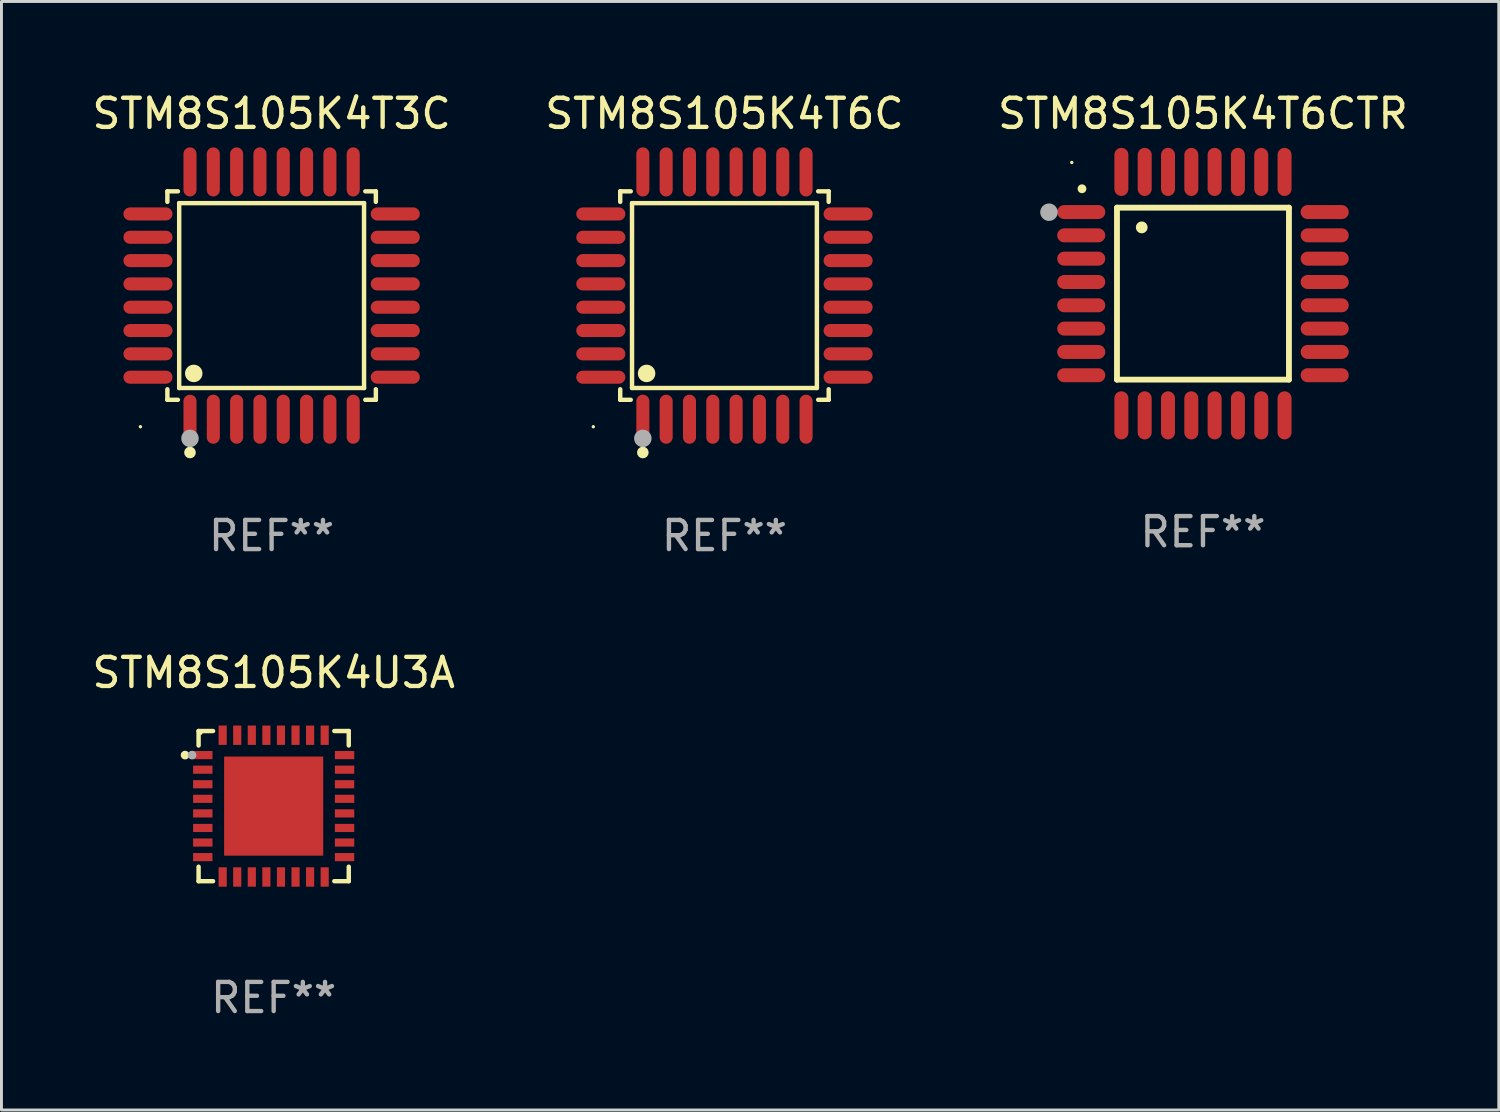
<source format=kicad_pcb>
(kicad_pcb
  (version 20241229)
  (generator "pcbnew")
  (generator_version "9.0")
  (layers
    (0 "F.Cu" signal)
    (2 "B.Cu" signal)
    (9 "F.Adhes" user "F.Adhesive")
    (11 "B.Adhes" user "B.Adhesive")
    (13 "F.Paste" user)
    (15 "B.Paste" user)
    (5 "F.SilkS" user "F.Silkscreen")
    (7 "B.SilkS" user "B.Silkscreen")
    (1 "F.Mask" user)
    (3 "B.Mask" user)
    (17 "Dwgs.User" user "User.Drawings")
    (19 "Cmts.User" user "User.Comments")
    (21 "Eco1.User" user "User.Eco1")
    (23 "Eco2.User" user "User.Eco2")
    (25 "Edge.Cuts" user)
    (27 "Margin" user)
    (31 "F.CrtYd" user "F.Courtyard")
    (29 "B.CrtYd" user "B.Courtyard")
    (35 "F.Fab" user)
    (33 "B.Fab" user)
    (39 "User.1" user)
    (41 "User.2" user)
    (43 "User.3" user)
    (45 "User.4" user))
  (footprint "STM8S105K4T6C"
    (layer "F.Cu")
    (at 21.804 7.09)
    (property "Reference" "STM8S105K4T6C" (at 0 -6.242 0) (layer "F.SilkS") (effects (font (size 1 1) (thickness 0.15))))
    (attr through_hole)
    (fp_line (start -3.576 -3.576) (end -3.215 -3.576) (stroke (width 0.152) (type solid)) (layer "F.SilkS"))
    (fp_line (start -3.576 -3.215) (end -3.576 -3.576) (stroke (width 0.152) (type solid)) (layer "F.SilkS"))
    (fp_line (start -3.576 3.215) (end -3.576 3.576) (stroke (width 0.152) (type solid)) (layer "F.SilkS"))
    (fp_line (start -3.576 3.576) (end -3.215 3.576) (stroke (width 0.152) (type solid)) (layer "F.SilkS"))
    (fp_line (start -3.171 -3.171) (end 3.171 -3.171) (stroke (width 0.152) (type solid)) (layer "F.SilkS"))
    (fp_line (start -3.171 3.171) (end -3.171 -3.171) (stroke (width 0.152) (type solid)) (layer "F.SilkS"))
    (fp_line (start 3.171 -3.171) (end 3.171 3.171) (stroke (width 0.152) (type solid)) (layer "F.SilkS"))
    (fp_line (start 3.171 3.171) (end -3.171 3.171) (stroke (width 0.152) (type solid)) (layer "F.SilkS"))
    (fp_line (start 3.576 -3.576) (end 3.215 -3.576) (stroke (width 0.152) (type solid)) (layer "F.SilkS"))
    (fp_line (start 3.576 -3.215) (end 3.576 -3.576) (stroke (width 0.152) (type solid)) (layer "F.SilkS"))
    (fp_line (start 3.576 3.215) (end 3.576 3.576) (stroke (width 0.152) (type solid)) (layer "F.SilkS"))
    (fp_line (start 3.576 3.576) (end 3.215 3.576) (stroke (width 0.152) (type solid)) (layer "F.SilkS"))
    (fp_circle (center -4.5 4.5) (end -4.47 4.5) (stroke (width 0.06) (type solid)) (fill no) (layer "F.SilkS"))
    (fp_circle (center -2.8 5.384) (end -2.7 5.384) (stroke (width 0.2) (type solid)) (fill no) (layer "F.SilkS"))
    (fp_circle (center -2.671 2.671) (end -2.521 2.671) (stroke (width 0.3) (type solid)) (fill no) (layer "F.SilkS"))
    (fp_circle (center -2.8 4.9) (end -2.65 4.9) (stroke (width 0.3) (type solid)) (fill no) (layer "F.Fab"))
    (fp_text user "REF**" (at 0 8.242 0) (layer "F.Fab") (effects (font (size 1 1) (thickness 0.15))))
    (pad "1" smd oval (at -2.8 4.242) (size 0.448 1.684) (layers "F.Cu" "F.Mask" "F.Paste"))
    (pad "2" smd oval (at -2 4.242) (size 0.448 1.684) (layers "F.Cu" "F.Mask" "F.Paste"))
    (pad "3" smd oval (at -1.2 4.242) (size 0.448 1.684) (layers "F.Cu" "F.Mask" "F.Paste"))
    (pad "4" smd oval (at -0.4 4.242) (size 0.448 1.684) (layers "F.Cu" "F.Mask" "F.Paste"))
    (pad "5" smd oval (at 0.4 4.242) (size 0.448 1.684) (layers "F.Cu" "F.Mask" "F.Paste"))
    (pad "6" smd oval (at 1.2 4.242) (size 0.448 1.684) (layers "F.Cu" "F.Mask" "F.Paste"))
    (pad "7" smd oval (at 2 4.242) (size 0.448 1.684) (layers "F.Cu" "F.Mask" "F.Paste"))
    (pad "8" smd oval (at 2.8 4.242) (size 0.448 1.684) (layers "F.Cu" "F.Mask" "F.Paste"))
    (pad "9" smd oval (at 4.242 2.8) (size 1.684 0.448) (layers "F.Cu" "F.Mask" "F.Paste"))
    (pad "10" smd oval (at 4.242 2) (size 1.684 0.448) (layers "F.Cu" "F.Mask" "F.Paste"))
    (pad "11" smd oval (at 4.242 1.2) (size 1.684 0.448) (layers "F.Cu" "F.Mask" "F.Paste"))
    (pad "12" smd oval (at 4.242 0.4) (size 1.684 0.448) (layers "F.Cu" "F.Mask" "F.Paste"))
    (pad "13" smd oval (at 4.242 -0.4) (size 1.684 0.448) (layers "F.Cu" "F.Mask" "F.Paste"))
    (pad "14" smd oval (at 4.242 -1.2) (size 1.684 0.448) (layers "F.Cu" "F.Mask" "F.Paste"))
    (pad "15" smd oval (at 4.242 -2) (size 1.684 0.448) (layers "F.Cu" "F.Mask" "F.Paste"))
    (pad "16" smd oval (at 4.242 -2.8) (size 1.684 0.448) (layers "F.Cu" "F.Mask" "F.Paste"))
    (pad "17" smd oval (at 2.8 -4.242) (size 0.448 1.684) (layers "F.Cu" "F.Mask" "F.Paste"))
    (pad "18" smd oval (at 2 -4.242) (size 0.448 1.684) (layers "F.Cu" "F.Mask" "F.Paste"))
    (pad "19" smd oval (at 1.2 -4.242) (size 0.448 1.684) (layers "F.Cu" "F.Mask" "F.Paste"))
    (pad "20" smd oval (at 0.4 -4.242) (size 0.448 1.684) (layers "F.Cu" "F.Mask" "F.Paste"))
    (pad "21" smd oval (at -0.4 -4.242) (size 0.448 1.684) (layers "F.Cu" "F.Mask" "F.Paste"))
    (pad "22" smd oval (at -1.2 -4.242) (size 0.448 1.684) (layers "F.Cu" "F.Mask" "F.Paste"))
    (pad "23" smd oval (at -2 -4.242) (size 0.448 1.684) (layers "F.Cu" "F.Mask" "F.Paste"))
    (pad "24" smd oval (at -2.8 -4.242) (size 0.448 1.684) (layers "F.Cu" "F.Mask" "F.Paste"))
    (pad "25" smd oval (at -4.242 -2.8) (size 1.684 0.448) (layers "F.Cu" "F.Mask" "F.Paste"))
    (pad "26" smd oval (at -4.242 -2) (size 1.684 0.448) (layers "F.Cu" "F.Mask" "F.Paste"))
    (pad "27" smd oval (at -4.242 -1.2) (size 1.684 0.448) (layers "F.Cu" "F.Mask" "F.Paste"))
    (pad "28" smd oval (at -4.242 -0.4) (size 1.684 0.448) (layers "F.Cu" "F.Mask" "F.Paste"))
    (pad "29" smd oval (at -4.242 0.4) (size 1.684 0.448) (layers "F.Cu" "F.Mask" "F.Paste"))
    (pad "30" smd oval (at -4.242 1.2) (size 1.684 0.448) (layers "F.Cu" "F.Mask" "F.Paste"))
    (pad "31" smd oval (at -4.242 2) (size 1.684 0.448) (layers "F.Cu" "F.Mask" "F.Paste"))
    (pad "32" smd oval (at -4.242 2.8) (size 1.684 0.448) (layers "F.Cu" "F.Mask" "F.Paste")))
  (footprint "STM8S105K4T6CTR"
    (layer "F.Cu")
    (at 38.22 7.024)
    (property "Reference" "STM8S105K4T6CTR" (at 0 -6.176 0) (layer "F.SilkS") (effects (font (size 1 1) (thickness 0.15))))
    (attr through_hole)
    (fp_line (start -2.95 -2.95) (end -2.95 2.95) (stroke (width 0.2) (type solid)) (layer "F.SilkS"))
    (fp_line (start -2.95 2.95) (end 2.95 2.95) (stroke (width 0.2) (type solid)) (layer "F.SilkS"))
    (fp_line (start 2.95 -2.95) (end -2.95 -2.95) (stroke (width 0.2) (type solid)) (layer "F.SilkS"))
    (fp_line (start 2.95 2.95) (end 2.95 -2.95) (stroke (width 0.2) (type solid)) (layer "F.SilkS"))
    (fp_arc (start -4.150178 -3.596622) (mid -4.150183 -3.597892) (end -4.150178 -3.599162) (stroke (width 0.3) (type solid)) (layer "F.SilkS"))
    (fp_arc (start -2.100394 -2.270739) (mid -2.10041 -2.273279) (end -2.100394 -2.275819) (stroke (width 0.4) (type solid)) (layer "F.SilkS"))
    (fp_circle (center -4.5 -4.5) (end -4.47 -4.5) (stroke (width 0.06) (type solid)) (fill no) (layer "F.SilkS"))
    (fp_circle (center -5.283 -2.794) (end -5.133 -2.794) (stroke (width 0.3) (type solid)) (fill no) (layer "F.Fab"))
    (fp_text user "REF**" (at 0 8.176 0) (layer "F.Fab") (effects (font (size 1 1) (thickness 0.15))))
    (pad "1" smd oval (at -4.176 -2.799 90) (size 0.48 1.65) (layers "F.Cu" "F.Mask" "F.Paste"))
    (pad "2" smd oval (at -4.176 -2 90) (size 0.48 1.65) (layers "F.Cu" "F.Mask" "F.Paste"))
    (pad "3" smd oval (at -4.176 -1.2 90) (size 0.48 1.65) (layers "F.Cu" "F.Mask" "F.Paste"))
    (pad "4" smd oval (at -4.176 -0.4 90) (size 0.48 1.65) (layers "F.Cu" "F.Mask" "F.Paste"))
    (pad "5" smd oval (at -4.176 0.4 90) (size 0.48 1.65) (layers "F.Cu" "F.Mask" "F.Paste"))
    (pad "6" smd oval (at -4.176 1.2 90) (size 0.48 1.65) (layers "F.Cu" "F.Mask" "F.Paste"))
    (pad "7" smd oval (at -4.176 2 90) (size 0.48 1.65) (layers "F.Cu" "F.Mask" "F.Paste"))
    (pad "8" smd oval (at -4.176 2.799 90) (size 0.48 1.65) (layers "F.Cu" "F.Mask" "F.Paste"))
    (pad "9" smd oval (at -2.799 4.176) (size 0.48 1.65) (layers "F.Cu" "F.Mask" "F.Paste"))
    (pad "10" smd oval (at -2 4.176) (size 0.48 1.65) (layers "F.Cu" "F.Mask" "F.Paste"))
    (pad "11" smd oval (at -1.2 4.176) (size 0.48 1.65) (layers "F.Cu" "F.Mask" "F.Paste"))
    (pad "12" smd oval (at -0.4 4.176) (size 0.48 1.65) (layers "F.Cu" "F.Mask" "F.Paste"))
    (pad "13" smd oval (at 0.4 4.176) (size 0.48 1.65) (layers "F.Cu" "F.Mask" "F.Paste"))
    (pad "14" smd oval (at 1.2 4.176) (size 0.48 1.65) (layers "F.Cu" "F.Mask" "F.Paste"))
    (pad "15" smd oval (at 2 4.176) (size 0.48 1.65) (layers "F.Cu" "F.Mask" "F.Paste"))
    (pad "16" smd oval (at 2.799 4.176) (size 0.48 1.65) (layers "F.Cu" "F.Mask" "F.Paste"))
    (pad "17" smd oval (at 4.176 2.799 90) (size 0.48 1.65) (layers "F.Cu" "F.Mask" "F.Paste"))
    (pad "18" smd oval (at 4.176 2 90) (size 0.48 1.65) (layers "F.Cu" "F.Mask" "F.Paste"))
    (pad "19" smd oval (at 4.176 1.2 90) (size 0.48 1.65) (layers "F.Cu" "F.Mask" "F.Paste"))
    (pad "20" smd oval (at 4.176 0.4 90) (size 0.48 1.65) (layers "F.Cu" "F.Mask" "F.Paste"))
    (pad "21" smd oval (at 4.176 -0.4 90) (size 0.48 1.65) (layers "F.Cu" "F.Mask" "F.Paste"))
    (pad "22" smd oval (at 4.176 -1.2 90) (size 0.48 1.65) (layers "F.Cu" "F.Mask" "F.Paste"))
    (pad "23" smd oval (at 4.176 -2 90) (size 0.48 1.65) (layers "F.Cu" "F.Mask" "F.Paste"))
    (pad "24" smd oval (at 4.176 -2.799 90) (size 0.48 1.65) (layers "F.Cu" "F.Mask" "F.Paste"))
    (pad "25" smd oval (at 2.799 -4.176) (size 0.48 1.65) (layers "F.Cu" "F.Mask" "F.Paste"))
    (pad "26" smd oval (at 1.999 -4.176) (size 0.48 1.65) (layers "F.Cu" "F.Mask" "F.Paste"))
    (pad "27" smd oval (at 1.199 -4.176) (size 0.48 1.65) (layers "F.Cu" "F.Mask" "F.Paste"))
    (pad "28" smd oval (at 0.399 -4.176) (size 0.48 1.65) (layers "F.Cu" "F.Mask" "F.Paste"))
    (pad "29" smd oval (at -0.399 -4.176) (size 0.48 1.65) (layers "F.Cu" "F.Mask" "F.Paste"))
    (pad "30" smd oval (at -1.199 -4.176) (size 0.48 1.65) (layers "F.Cu" "F.Mask" "F.Paste"))
    (pad "31" smd oval (at -1.999 -4.176) (size 0.48 1.65) (layers "F.Cu" "F.Mask" "F.Paste"))
    (pad "32" smd oval (at -2.799 -4.176) (size 0.48 1.65) (layers "F.Cu" "F.Mask" "F.Paste")))
  (footprint "STM8S105K4U3A"
    (layer "F.Cu")
    (at 6.339 24.605)
    (property "Reference" "STM8S105K4U3A" (at 0 -4.576 0) (layer "F.SilkS") (effects (font (size 1 1) (thickness 0.15))))
    (attr through_hole)
    (fp_line (start -2.576 -2.576) (end -2.576 -2.08) (stroke (width 0.152) (type solid)) (layer "F.SilkS"))
    (fp_line (start -2.576 2.576) (end -2.576 2.08) (stroke (width 0.152) (type solid)) (layer "F.SilkS"))
    (fp_line (start -2.08 -2.576) (end -2.576 -2.576) (stroke (width 0.152) (type solid)) (layer "F.SilkS"))
    (fp_line (start -2.08 2.576) (end -2.576 2.576) (stroke (width 0.152) (type solid)) (layer "F.SilkS"))
    (fp_line (start 2.08 -2.576) (end 2.576 -2.576) (stroke (width 0.152) (type solid)) (layer "F.SilkS"))
    (fp_line (start 2.08 2.576) (end 2.576 2.576) (stroke (width 0.152) (type solid)) (layer "F.SilkS"))
    (fp_line (start 2.576 -2.576) (end 2.576 -2.08) (stroke (width 0.152) (type solid)) (layer "F.SilkS"))
    (fp_line (start 2.576 2.576) (end 2.576 2.08) (stroke (width 0.152) (type solid)) (layer "F.SilkS"))
    (fp_circle (center -3.04 -1.75) (end -2.965 -1.75) (stroke (width 0.15) (type solid)) (fill no) (layer "F.SilkS"))
    (fp_circle (center -2.5 -2.5) (end -2.47 -2.5) (stroke (width 0.06) (type solid)) (fill no) (layer "F.SilkS"))
    (fp_circle (center -2.8 -1.75) (end -2.725 -1.75) (stroke (width 0.15) (type solid)) (fill no) (layer "F.Fab"))
    (fp_text user "REF**" (at 0 6.576 0) (layer "F.Fab") (effects (font (size 1 1) (thickness 0.15))))
    (pad "1" smd rect (at -2.432 -1.75) (size 0.665 0.28) (layers "F.Cu" "F.Mask" "F.Paste"))
    (pad "2" smd rect (at -2.432 -1.25) (size 0.665 0.28) (layers "F.Cu" "F.Mask" "F.Paste"))
    (pad "3" smd rect (at -2.432 -0.75) (size 0.665 0.28) (layers "F.Cu" "F.Mask" "F.Paste"))
    (pad "4" smd rect (at -2.432 -0.25) (size 0.665 0.28) (layers "F.Cu" "F.Mask" "F.Paste"))
    (pad "5" smd rect (at -2.432 0.25) (size 0.665 0.28) (layers "F.Cu" "F.Mask" "F.Paste"))
    (pad "6" smd rect (at -2.432 0.75) (size 0.665 0.28) (layers "F.Cu" "F.Mask" "F.Paste"))
    (pad "7" smd rect (at -2.432 1.25) (size 0.665 0.28) (layers "F.Cu" "F.Mask" "F.Paste"))
    (pad "8" smd rect (at -2.432 1.75) (size 0.665 0.28) (layers "F.Cu" "F.Mask" "F.Paste"))
    (pad "9" smd rect (at -1.75 2.432) (size 0.28 0.665) (layers "F.Cu" "F.Mask" "F.Paste"))
    (pad "10" smd rect (at -1.25 2.432) (size 0.28 0.665) (layers "F.Cu" "F.Mask" "F.Paste"))
    (pad "11" smd rect (at -0.75 2.432) (size 0.28 0.665) (layers "F.Cu" "F.Mask" "F.Paste"))
    (pad "12" smd rect (at -0.25 2.432) (size 0.28 0.665) (layers "F.Cu" "F.Mask" "F.Paste"))
    (pad "13" smd rect (at 0.25 2.432) (size 0.28 0.665) (layers "F.Cu" "F.Mask" "F.Paste"))
    (pad "14" smd rect (at 0.75 2.432) (size 0.28 0.665) (layers "F.Cu" "F.Mask" "F.Paste"))
    (pad "15" smd rect (at 1.25 2.432) (size 0.28 0.665) (layers "F.Cu" "F.Mask" "F.Paste"))
    (pad "16" smd rect (at 1.75 2.432) (size 0.28 0.665) (layers "F.Cu" "F.Mask" "F.Paste"))
    (pad "17" smd rect (at 2.432 1.75) (size 0.665 0.28) (layers "F.Cu" "F.Mask" "F.Paste"))
    (pad "18" smd rect (at 2.432 1.25) (size 0.665 0.28) (layers "F.Cu" "F.Mask" "F.Paste"))
    (pad "19" smd rect (at 2.432 0.75) (size 0.665 0.28) (layers "F.Cu" "F.Mask" "F.Paste"))
    (pad "20" smd rect (at 2.432 0.25) (size 0.665 0.28) (layers "F.Cu" "F.Mask" "F.Paste"))
    (pad "21" smd rect (at 2.432 -0.25) (size 0.665 0.28) (layers "F.Cu" "F.Mask" "F.Paste"))
    (pad "22" smd rect (at 2.432 -0.75) (size 0.665 0.28) (layers "F.Cu" "F.Mask" "F.Paste"))
    (pad "23" smd rect (at 2.432 -1.25) (size 0.665 0.28) (layers "F.Cu" "F.Mask" "F.Paste"))
    (pad "24" smd rect (at 2.432 -1.75) (size 0.665 0.28) (layers "F.Cu" "F.Mask" "F.Paste"))
    (pad "25" smd rect (at 1.75 -2.432) (size 0.28 0.665) (layers "F.Cu" "F.Mask" "F.Paste"))
    (pad "26" smd rect (at 1.25 -2.432) (size 0.28 0.665) (layers "F.Cu" "F.Mask" "F.Paste"))
    (pad "27" smd rect (at 0.75 -2.432) (size 0.28 0.665) (layers "F.Cu" "F.Mask" "F.Paste"))
    (pad "28" smd rect (at 0.25 -2.432) (size 0.28 0.665) (layers "F.Cu" "F.Mask" "F.Paste"))
    (pad "29" smd rect (at -0.25 -2.432) (size 0.28 0.665) (layers "F.Cu" "F.Mask" "F.Paste"))
    (pad "30" smd rect (at -0.75 -2.432) (size 0.28 0.665) (layers "F.Cu" "F.Mask" "F.Paste"))
    (pad "31" smd rect (at -1.25 -2.432) (size 0.28 0.665) (layers "F.Cu" "F.Mask" "F.Paste"))
    (pad "32" smd rect (at -1.75 -2.432) (size 0.28 0.665) (layers "F.Cu" "F.Mask" "F.Paste"))
    (pad "33" smd rect (at 0 0) (size 3.4 3.4) (layers "F.Cu" "F.Mask" "F.Paste")))
  (footprint "STM8S105K4T3C"
    (layer "F.Cu")
    (at 6.268 7.09)
    (property "Reference" "STM8S105K4T3C" (at 0 -6.242 0) (layer "F.SilkS") (effects (font (size 1 1) (thickness 0.15))))
    (attr through_hole)
    (fp_line (start -3.576 -3.576) (end -3.215 -3.576) (stroke (width 0.152) (type solid)) (layer "F.SilkS"))
    (fp_line (start -3.576 -3.215) (end -3.576 -3.576) (stroke (width 0.152) (type solid)) (layer "F.SilkS"))
    (fp_line (start -3.576 3.215) (end -3.576 3.576) (stroke (width 0.152) (type solid)) (layer "F.SilkS"))
    (fp_line (start -3.576 3.576) (end -3.215 3.576) (stroke (width 0.152) (type solid)) (layer "F.SilkS"))
    (fp_line (start -3.171 -3.171) (end 3.171 -3.171) (stroke (width 0.152) (type solid)) (layer "F.SilkS"))
    (fp_line (start -3.171 3.171) (end -3.171 -3.171) (stroke (width 0.152) (type solid)) (layer "F.SilkS"))
    (fp_line (start 3.171 -3.171) (end 3.171 3.171) (stroke (width 0.152) (type solid)) (layer "F.SilkS"))
    (fp_line (start 3.171 3.171) (end -3.171 3.171) (stroke (width 0.152) (type solid)) (layer "F.SilkS"))
    (fp_line (start 3.576 -3.576) (end 3.215 -3.576) (stroke (width 0.152) (type solid)) (layer "F.SilkS"))
    (fp_line (start 3.576 -3.215) (end 3.576 -3.576) (stroke (width 0.152) (type solid)) (layer "F.SilkS"))
    (fp_line (start 3.576 3.215) (end 3.576 3.576) (stroke (width 0.152) (type solid)) (layer "F.SilkS"))
    (fp_line (start 3.576 3.576) (end 3.215 3.576) (stroke (width 0.152) (type solid)) (layer "F.SilkS"))
    (fp_circle (center -4.5 4.5) (end -4.47 4.5) (stroke (width 0.06) (type solid)) (fill no) (layer "F.SilkS"))
    (fp_circle (center -2.8 5.384) (end -2.7 5.384) (stroke (width 0.2) (type solid)) (fill no) (layer "F.SilkS"))
    (fp_circle (center -2.671 2.671) (end -2.521 2.671) (stroke (width 0.3) (type solid)) (fill no) (layer "F.SilkS"))
    (fp_circle (center -2.8 4.9) (end -2.65 4.9) (stroke (width 0.3) (type solid)) (fill no) (layer "F.Fab"))
    (fp_text user "REF**" (at 0 8.242 0) (layer "F.Fab") (effects (font (size 1 1) (thickness 0.15))))
    (pad "1" smd oval (at -2.8 4.242) (size 0.448 1.684) (layers "F.Cu" "F.Mask" "F.Paste"))
    (pad "2" smd oval (at -2 4.242) (size 0.448 1.684) (layers "F.Cu" "F.Mask" "F.Paste"))
    (pad "3" smd oval (at -1.2 4.242) (size 0.448 1.684) (layers "F.Cu" "F.Mask" "F.Paste"))
    (pad "4" smd oval (at -0.4 4.242) (size 0.448 1.684) (layers "F.Cu" "F.Mask" "F.Paste"))
    (pad "5" smd oval (at 0.4 4.242) (size 0.448 1.684) (layers "F.Cu" "F.Mask" "F.Paste"))
    (pad "6" smd oval (at 1.2 4.242) (size 0.448 1.684) (layers "F.Cu" "F.Mask" "F.Paste"))
    (pad "7" smd oval (at 2 4.242) (size 0.448 1.684) (layers "F.Cu" "F.Mask" "F.Paste"))
    (pad "8" smd oval (at 2.8 4.242) (size 0.448 1.684) (layers "F.Cu" "F.Mask" "F.Paste"))
    (pad "9" smd oval (at 4.242 2.8) (size 1.684 0.448) (layers "F.Cu" "F.Mask" "F.Paste"))
    (pad "10" smd oval (at 4.242 2) (size 1.684 0.448) (layers "F.Cu" "F.Mask" "F.Paste"))
    (pad "11" smd oval (at 4.242 1.2) (size 1.684 0.448) (layers "F.Cu" "F.Mask" "F.Paste"))
    (pad "12" smd oval (at 4.242 0.4) (size 1.684 0.448) (layers "F.Cu" "F.Mask" "F.Paste"))
    (pad "13" smd oval (at 4.242 -0.4) (size 1.684 0.448) (layers "F.Cu" "F.Mask" "F.Paste"))
    (pad "14" smd oval (at 4.242 -1.2) (size 1.684 0.448) (layers "F.Cu" "F.Mask" "F.Paste"))
    (pad "15" smd oval (at 4.242 -2) (size 1.684 0.448) (layers "F.Cu" "F.Mask" "F.Paste"))
    (pad "16" smd oval (at 4.242 -2.8) (size 1.684 0.448) (layers "F.Cu" "F.Mask" "F.Paste"))
    (pad "17" smd oval (at 2.8 -4.242) (size 0.448 1.684) (layers "F.Cu" "F.Mask" "F.Paste"))
    (pad "18" smd oval (at 2 -4.242) (size 0.448 1.684) (layers "F.Cu" "F.Mask" "F.Paste"))
    (pad "19" smd oval (at 1.2 -4.242) (size 0.448 1.684) (layers "F.Cu" "F.Mask" "F.Paste"))
    (pad "20" smd oval (at 0.4 -4.242) (size 0.448 1.684) (layers "F.Cu" "F.Mask" "F.Paste"))
    (pad "21" smd oval (at -0.4 -4.242) (size 0.448 1.684) (layers "F.Cu" "F.Mask" "F.Paste"))
    (pad "22" smd oval (at -1.2 -4.242) (size 0.448 1.684) (layers "F.Cu" "F.Mask" "F.Paste"))
    (pad "23" smd oval (at -2 -4.242) (size 0.448 1.684) (layers "F.Cu" "F.Mask" "F.Paste"))
    (pad "24" smd oval (at -2.8 -4.242) (size 0.448 1.684) (layers "F.Cu" "F.Mask" "F.Paste"))
    (pad "25" smd oval (at -4.242 -2.8) (size 1.684 0.448) (layers "F.Cu" "F.Mask" "F.Paste"))
    (pad "26" smd oval (at -4.242 -2) (size 1.684 0.448) (layers "F.Cu" "F.Mask" "F.Paste"))
    (pad "27" smd oval (at -4.242 -1.2) (size 1.684 0.448) (layers "F.Cu" "F.Mask" "F.Paste"))
    (pad "28" smd oval (at -4.242 -0.4) (size 1.684 0.448) (layers "F.Cu" "F.Mask" "F.Paste"))
    (pad "29" smd oval (at -4.242 0.4) (size 1.684 0.448) (layers "F.Cu" "F.Mask" "F.Paste"))
    (pad "30" smd oval (at -4.242 1.2) (size 1.684 0.448) (layers "F.Cu" "F.Mask" "F.Paste"))
    (pad "31" smd oval (at -4.242 2) (size 1.684 0.448) (layers "F.Cu" "F.Mask" "F.Paste"))
    (pad "32" smd oval (at -4.242 2.8) (size 1.684 0.448) (layers "F.Cu" "F.Mask" "F.Paste")))
  (gr_rect
    (start -3 -3)
    (end 48.369 35.03)
    (stroke (width 0.1) (type default))
    (fill no)
    (layer "Edge.Cuts")))
</source>
